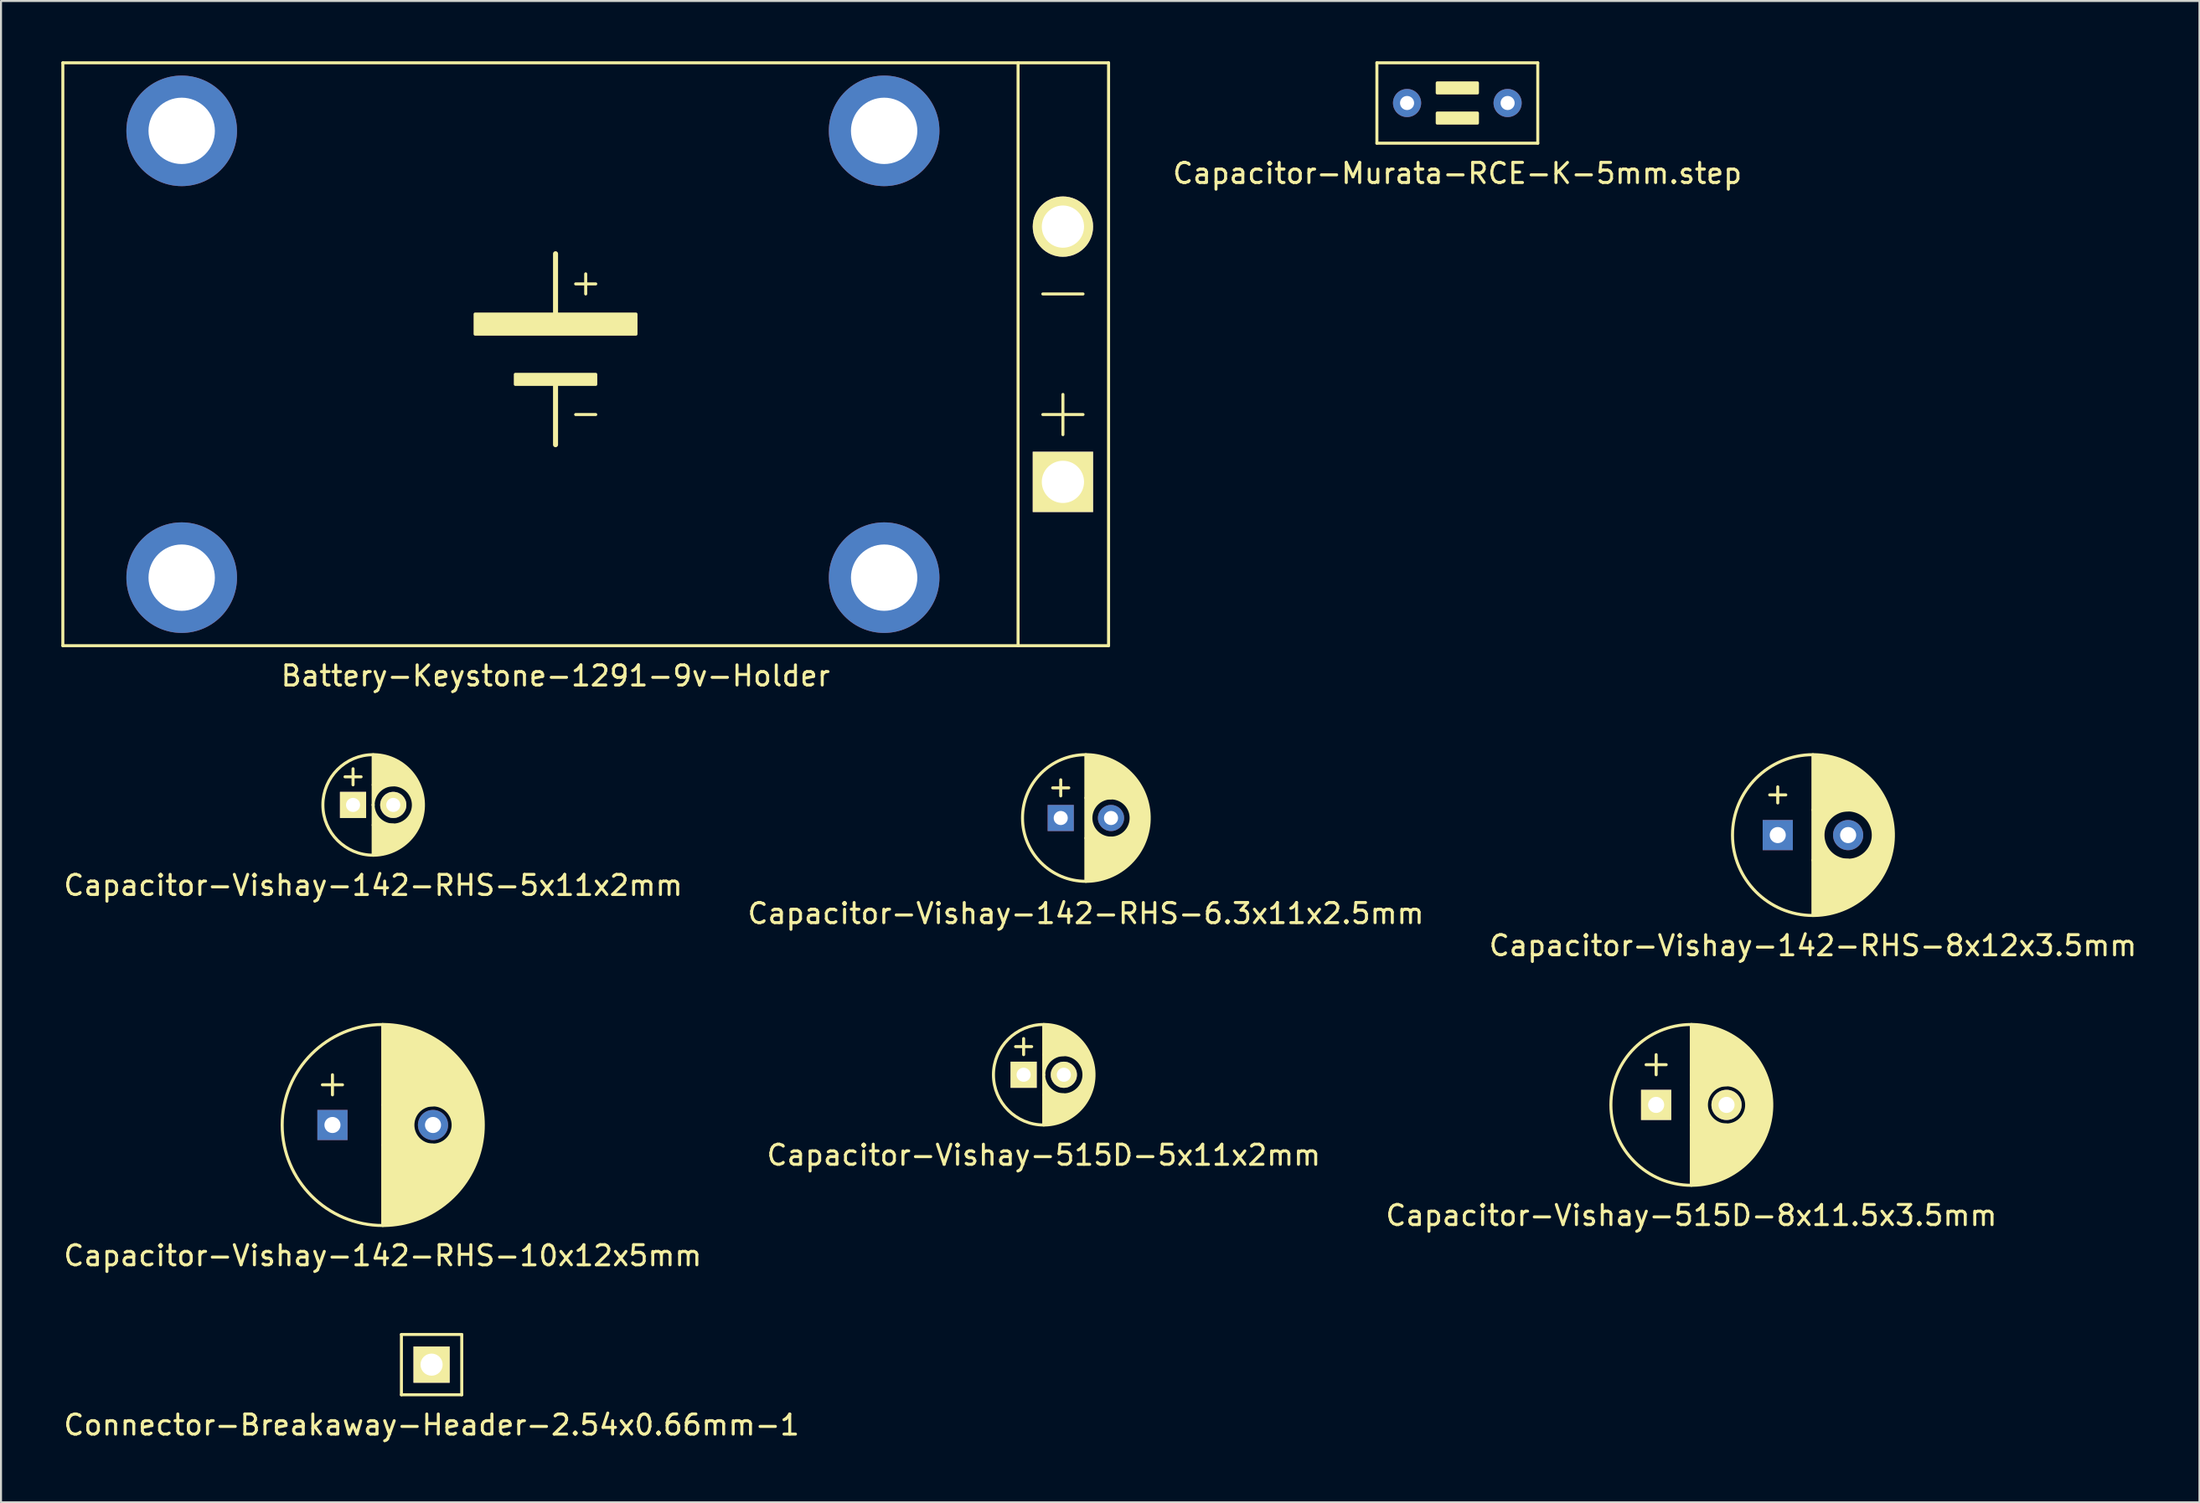
<source format=kicad_pcb>
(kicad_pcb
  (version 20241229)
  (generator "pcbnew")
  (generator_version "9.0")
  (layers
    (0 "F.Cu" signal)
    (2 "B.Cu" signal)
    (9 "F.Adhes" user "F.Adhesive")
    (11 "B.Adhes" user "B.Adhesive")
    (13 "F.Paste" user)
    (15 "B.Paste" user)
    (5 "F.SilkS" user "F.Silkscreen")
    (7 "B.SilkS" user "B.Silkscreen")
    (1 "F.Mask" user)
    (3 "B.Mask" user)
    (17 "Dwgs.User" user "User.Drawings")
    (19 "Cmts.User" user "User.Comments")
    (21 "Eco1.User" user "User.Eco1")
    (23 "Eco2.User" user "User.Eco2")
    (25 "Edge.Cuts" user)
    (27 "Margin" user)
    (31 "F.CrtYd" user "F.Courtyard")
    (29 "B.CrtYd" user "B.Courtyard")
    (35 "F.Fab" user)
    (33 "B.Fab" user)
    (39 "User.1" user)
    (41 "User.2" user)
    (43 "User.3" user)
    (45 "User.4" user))
  (footprint "Battery-Keystone-1291-9v-Holder"
    (layer "F.Cu")
    (at 24.575 14.575)
    (property "Reference" "Battery-Keystone-1291-9v-Holder" (at 0 16 0) (layer "F.SilkS") (effects (font (size 1 1) (thickness 0.15))))
    (attr through_hole)
    (fp_line (start -24.5 -14.5) (end 27.5 -14.5) (stroke (width 0.15) (type solid)) (layer "F.SilkS"))
    (fp_line (start -24.5 14.5) (end -24.5 -14.5) (stroke (width 0.15) (type solid)) (layer "F.SilkS"))
    (fp_line (start 0 -2) (end 0 -5) (stroke (width 0.25) (type default)) (layer "F.SilkS"))
    (fp_line (start 0 4.5) (end 0 1.5) (stroke (width 0.25) (type default)) (layer "F.SilkS"))
    (fp_line (start 1 -3.5) (end 2 -3.5) (stroke (width 0.15) (type solid)) (layer "F.SilkS"))
    (fp_line (start 1 3) (end 2 3) (stroke (width 0.15) (type solid)) (layer "F.SilkS"))
    (fp_line (start 1.5 -3) (end 1.5 -4) (stroke (width 0.15) (type solid)) (layer "F.SilkS"))
    (fp_line (start 23 14.5) (end 23 -14.5) (stroke (width 0.15) (type solid)) (layer "F.SilkS"))
    (fp_line (start 25.23 4) (end 25.23 2) (stroke (width 0.15) (type solid)) (layer "F.SilkS"))
    (fp_line (start 26.23 -3) (end 24.23 -3) (stroke (width 0.15) (type solid)) (layer "F.SilkS"))
    (fp_line (start 26.23 3) (end 24.23 3) (stroke (width 0.15) (type solid)) (layer "F.SilkS"))
    (fp_line (start 27.5 14.5) (end -24.5 14.5) (stroke (width 0.15) (type solid)) (layer "F.SilkS"))
    (fp_line (start 27.5 14.5) (end 27.5 -14.5) (stroke (width 0.15) (type solid)) (layer "F.SilkS"))
    (fp_rect (start -4 -2) (end 4 -1) (stroke (width 0.15) (type solid)) (fill yes) (layer "F.SilkS"))
    (fp_rect (start -2 1) (end 2 1.5) (stroke (width 0.15) (type solid)) (fill yes) (layer "F.SilkS"))
    (pad "" np_thru_hole circle (at -18.59 -11.115) (size 5.5 5.5) (drill 3.3) (layers "*.Cu" "*.Mask"))
    (pad "" np_thru_hole circle (at -18.59 11.115) (size 5.5 5.5) (drill 3.3) (layers "*.Cu" "*.Mask"))
    (pad "" np_thru_hole circle (at 16.34 -11.115) (size 5.5 5.5) (drill 3.3) (layers "*.Cu" "*.Mask"))
    (pad "" np_thru_hole circle (at 16.34 11.115) (size 5.5 5.5) (drill 3.3) (layers "*.Cu" "*.Mask"))
    (pad "1" thru_hole rect (at 25.23 6.35) (size 3 3) (drill 2.1) (layers "*.Cu" "*.Mask" "F.SilkS"))
    (pad "2" thru_hole circle (at 25.23 -6.35) (size 3 3) (drill 2.1) (layers "*.Cu" "*.Mask" "F.SilkS")))
  (footprint "Capacitor-Vishay-142-RHS-6.3x11x2.5mm"
    (layer "F.Cu")
    (at 50.946 37.648)
    (property "Reference" "Capacitor-Vishay-142-RHS-6.3x11x2.5mm" (at 0 4.75 0) (layer "F.SilkS") (effects (font (size 1 1) (thickness 0.15))))
    (attr through_hole)
    (fp_line (start -1.65 -1.5) (end -0.85 -1.5) (stroke (width 0.15) (type solid)) (layer "F.SilkS"))
    (fp_line (start -1.25 -1.9) (end -1.25 -1.1) (stroke (width 0.15) (type solid)) (layer "F.SilkS"))
    (fp_arc (start 0 3.15) (mid -3.15 0) (end 0 -3.15) (stroke (width 0.15) (type default)) (layer "F.SilkS"))
    (fp_poly (pts (arc (start 1.25 -1) (mid 0.25 0) (end 1.25 1)) (xy 0 1) (xy 0 -1)) (stroke (width 0.15) (type solid)) (fill yes) (layer "F.SilkS"))
    (fp_poly (pts (xy 0 -1) (arc (start 1.25 -1) (mid 2.25 0) (end 1.25 1)) (xy 0 1) (arc (start 0 3.15) (mid 3.15 0) (end 0 -3.15))) (stroke (width 0.15) (type solid)) (fill yes) (layer "F.SilkS"))
    (pad "1" thru_hole rect (at -1.25 0) (size 1.3 1.3) (drill 0.7) (layers "*.Cu" "*.Mask"))
    (pad "2" thru_hole circle (at 1.25 0) (size 1.3 1.3) (drill 0.7) (layers "*.Cu" "*.Mask")))
  (footprint "Capacitor-Vishay-142-RHS-10x12x5mm"
    (layer "F.Cu")
    (at 15.982 52.922)
    (property "Reference" "Capacitor-Vishay-142-RHS-10x12x5mm" (at 0 6.5 0) (layer "F.SilkS") (effects (font (size 1 1) (thickness 0.15))))
    (attr through_hole)
    (fp_line (start -3 -2) (end -2 -2) (stroke (width 0.15) (type solid)) (layer "F.SilkS"))
    (fp_line (start -2.5 -2.5) (end -2.5 -1.5) (stroke (width 0.15) (type solid)) (layer "F.SilkS"))
    (fp_arc (start 0 5) (mid -5 0) (end 0 -5) (stroke (width 0.15) (type default)) (layer "F.SilkS"))
    (fp_poly (pts (xy 0 -1) (xy 0 1) (arc (start 2.5 1) (mid 1.5 0) (end 2.5 -1))) (stroke (width 0.15) (type solid)) (fill yes) (layer "F.SilkS"))
    (fp_poly (pts (arc (start 0 5) (mid 5 0) (end 0 -5)) (xy 0 -1) (arc (start 2.5 -1) (mid 3.5 0) (end 2.5 1)) (xy 0 1)) (stroke (width 0.15) (type solid)) (fill yes) (layer "F.SilkS"))
    (pad "1" thru_hole rect (at -2.5 0) (size 1.5 1.5) (drill 0.8) (layers "*.Cu" "*.Mask"))
    (pad "2" thru_hole circle (at 2.5 0) (size 1.5 1.5) (drill 0.8) (layers "*.Cu" "*.Mask")))
  (footprint "Connector-Breakaway-Header-2.54x0.66mm-1"
    (layer "F.Cu")
    (at 18.411 64.845)
    (property "Reference" "Connector-Breakaway-Header-2.54x0.66mm-1" (at 0 3 0) (layer "F.SilkS") (effects (font (size 1 1) (thickness 0.15))))
    (attr through_hole)
    (fp_line (start -1.5 -1.5) (end 1.5 -1.5) (stroke (width 0.15) (type solid)) (layer "F.SilkS"))
    (fp_line (start -1.5 1.5) (end -1.5 -1.5) (stroke (width 0.15) (type solid)) (layer "F.SilkS"))
    (fp_line (start 1.5 -1.5) (end 1.5 1.5) (stroke (width 0.15) (type solid)) (layer "F.SilkS"))
    (fp_line (start 1.5 1.5) (end -1.5 1.5) (stroke (width 0.15) (type solid)) (layer "F.SilkS"))
    (pad "1" thru_hole rect (at 0 0) (size 1.8 1.8) (drill 1.1) (layers "*.Cu" "*.Mask" "F.SilkS")))
  (footprint "Capacitor-Murata-RCE-K-5mm.step"
    (layer "F.Cu")
    (at 69.418 2.075)
    (property "Reference" "Capacitor-Murata-RCE-K-5mm.step" (at 0 3.5 0) (layer "F.SilkS") (effects (font (size 1 1) (thickness 0.15))))
    (attr through_hole)
    (fp_line (start -4 -2) (end 4 -2) (stroke (width 0.15) (type solid)) (layer "F.SilkS"))
    (fp_line (start -4 2) (end -4 -2) (stroke (width 0.15) (type solid)) (layer "F.SilkS"))
    (fp_line (start 4 -2) (end 4 2) (stroke (width 0.15) (type solid)) (layer "F.SilkS"))
    (fp_line (start 4 2) (end -4 2) (stroke (width 0.15) (type solid)) (layer "F.SilkS"))
    (fp_rect (start -1 -1) (end 1 -0.5) (stroke (width 0.15) (type solid)) (fill yes) (layer "F.SilkS"))
    (fp_rect (start -1 0.5) (end 1 1) (stroke (width 0.15) (type solid)) (fill yes) (layer "F.SilkS"))
    (pad "1" thru_hole circle (at 2.5 0) (size 1.4 1.4) (drill 0.7) (layers "*.Cu" "*.Mask"))
    (pad "2" thru_hole circle (at -2.5 0) (size 1.4 1.4) (drill 0.7) (layers "*.Cu" "*.Mask")))
  (footprint "Capacitor-Vishay-142-RHS-5x11x2mm"
    (layer "F.Cu")
    (at 15.506 36.998)
    (property "Reference" "Capacitor-Vishay-142-RHS-5x11x2mm" (at 0 4 0) (layer "F.SilkS") (effects (font (size 1 1) (thickness 0.15))))
    (attr through_hole)
    (fp_line (start -1.4 -1.4) (end -0.6 -1.4) (stroke (width 0.15) (type solid)) (layer "F.SilkS"))
    (fp_line (start -1 -1.8) (end -1 -1) (stroke (width 0.15) (type solid)) (layer "F.SilkS"))
    (fp_arc (start 0 2.5) (mid -2.5 0) (end 0 -2.5) (stroke (width 0.15) (type default)) (layer "F.SilkS"))
    (fp_poly (pts (xy 0 -1) (arc (start 1 -1) (mid 0 0) (end 1 1)) (xy 0 1)) (stroke (width 0.15) (type solid)) (fill yes) (layer "F.SilkS"))
    (fp_poly (pts (arc (start 0 -2.5) (mid 2.5 0) (end 0 2.5)) (xy 0 1) (arc (start 1 1) (mid 2 0) (end 1 -1)) (xy 0 -1)) (stroke (width 0.15) (type solid)) (fill yes) (layer "F.SilkS"))
    (pad "1" thru_hole rect (at -1 0) (size 1.3 1.3) (drill 0.7) (layers "*.Cu" "*.Mask" "F.SilkS"))
    (pad "2" thru_hole circle (at 1 0) (size 1.3 1.3) (drill 0.7) (layers "*.Cu" "*.Mask" "F.SilkS")))
  (footprint "Capacitor-Vishay-142-RHS-8x12x3.5mm"
    (layer "F.Cu")
    (at 87.101 38.498)
    (property "Reference" "Capacitor-Vishay-142-RHS-8x12x3.5mm" (at 0 5.5 0) (layer "F.SilkS") (effects (font (size 1 1) (thickness 0.15))))
    (attr through_hole)
    (fp_line (start -2.15 -2) (end -1.35 -2) (stroke (width 0.15) (type solid)) (layer "F.SilkS"))
    (fp_line (start -1.75 -2.4) (end -1.75 -1.6) (stroke (width 0.15) (type solid)) (layer "F.SilkS"))
    (fp_arc (start 0 4) (mid -4 0) (end 0 -4) (stroke (width 0.15) (type default)) (layer "F.SilkS"))
    (fp_poly (pts (xy 0 -1.25) (arc (start 1.75 -1.25) (mid 0.5 0) (end 1.75 1.25)) (xy 0 1.25)) (stroke (width 0.15) (type solid)) (fill yes) (layer "F.SilkS"))
    (fp_poly (pts (arc (start 1.75 1.25) (mid 3 0) (end 1.75 -1.25)) (xy 0 -1.25) (arc (start 0 -4) (mid 4 0) (end 0 4)) (xy 0 1.25)) (stroke (width 0.15) (type solid)) (fill yes) (layer "F.SilkS"))
    (pad "1" thru_hole rect (at -1.75 0) (size 1.5 1.5) (drill 0.8) (layers "*.Cu" "*.Mask"))
    (pad "2" thru_hole circle (at 1.75 0) (size 1.5 1.5) (drill 0.8) (layers "*.Cu" "*.Mask")))
  (footprint "Capacitor-Vishay-515D-8x11.5x3.5mm"
    (layer "F.Cu")
    (at 81.054 51.922)
    (property "Reference" "Capacitor-Vishay-515D-8x11.5x3.5mm" (at 0 5.5 0) (layer "F.SilkS") (effects (font (size 1 1) (thickness 0.15))))
    (attr through_hole)
    (fp_line (start -2.25 -2) (end -1.25 -2) (stroke (width 0.15) (type solid)) (layer "F.SilkS"))
    (fp_line (start -1.75 -2.5) (end -1.75 -1.5) (stroke (width 0.15) (type solid)) (layer "F.SilkS"))
    (fp_arc (start 0 4) (mid -4 0) (end 0 -4) (stroke (width 0.15) (type default)) (layer "F.SilkS"))
    (fp_poly (pts (xy 0 -1) (arc (start 1.75 -1) (mid 0.75 0) (end 1.75 1)) (xy 0 1)) (stroke (width 0.15) (type solid)) (fill yes) (layer "F.SilkS"))
    (fp_poly (pts (xy 0 -1) (arc (start 1.75 -1) (mid 2.75 0) (end 1.75 1)) (xy 0 1) (arc (start 0 4) (mid 4 0) (end 0 -4))) (stroke (width 0.15) (type solid)) (fill yes) (layer "F.SilkS"))
    (pad "1" thru_hole rect (at -1.75 0) (size 1.5 1.5) (drill 0.8) (layers "*.Cu" "*.Mask" "F.SilkS"))
    (pad "2" thru_hole circle (at 1.75 0) (size 1.5 1.5) (drill 0.8) (layers "*.Cu" "*.Mask" "F.SilkS")))
  (footprint "Capacitor-Vishay-515D-5x11x2mm"
    (layer "F.Cu")
    (at 48.851 50.422)
    (property "Reference" "Capacitor-Vishay-515D-5x11x2mm" (at 0 4 0) (layer "F.SilkS") (effects (font (size 1 1) (thickness 0.15))))
    (attr through_hole)
    (fp_line (start -1.4 -1.4) (end -0.6 -1.4) (stroke (width 0.15) (type solid)) (layer "F.SilkS"))
    (fp_line (start -1 -1.8) (end -1 -1) (stroke (width 0.15) (type solid)) (layer "F.SilkS"))
    (fp_arc (start 0 2.5) (mid -2.5 0) (end 0 -2.5) (stroke (width 0.15) (type default)) (layer "F.SilkS"))
    (fp_poly (pts (xy 0 -1) (arc (start 1 -1) (mid 0 0) (end 1 1)) (xy 0 1)) (stroke (width 0.15) (type solid)) (fill yes) (layer "F.SilkS"))
    (fp_poly (pts (arc (start 0 -2.5) (mid 2.5 0) (end 0 2.5)) (xy 0 1) (arc (start 1 1) (mid 2 0) (end 1 -1)) (xy 0 -1)) (stroke (width 0.15) (type solid)) (fill yes) (layer "F.SilkS"))
    (pad "1" thru_hole rect (at -1 0) (size 1.3 1.3) (drill 0.7) (layers "*.Cu" "*.Mask" "F.SilkS"))
    (pad "2" thru_hole circle (at 1 0) (size 1.3 1.3) (drill 0.7) (layers "*.Cu" "*.Mask" "F.SilkS")))
  (gr_rect
    (start -3 -3)
    (end 106.321 71.693)
    (stroke (width 0.1) (type default))
    (fill no)
    (layer "Edge.Cuts")))
</source>
